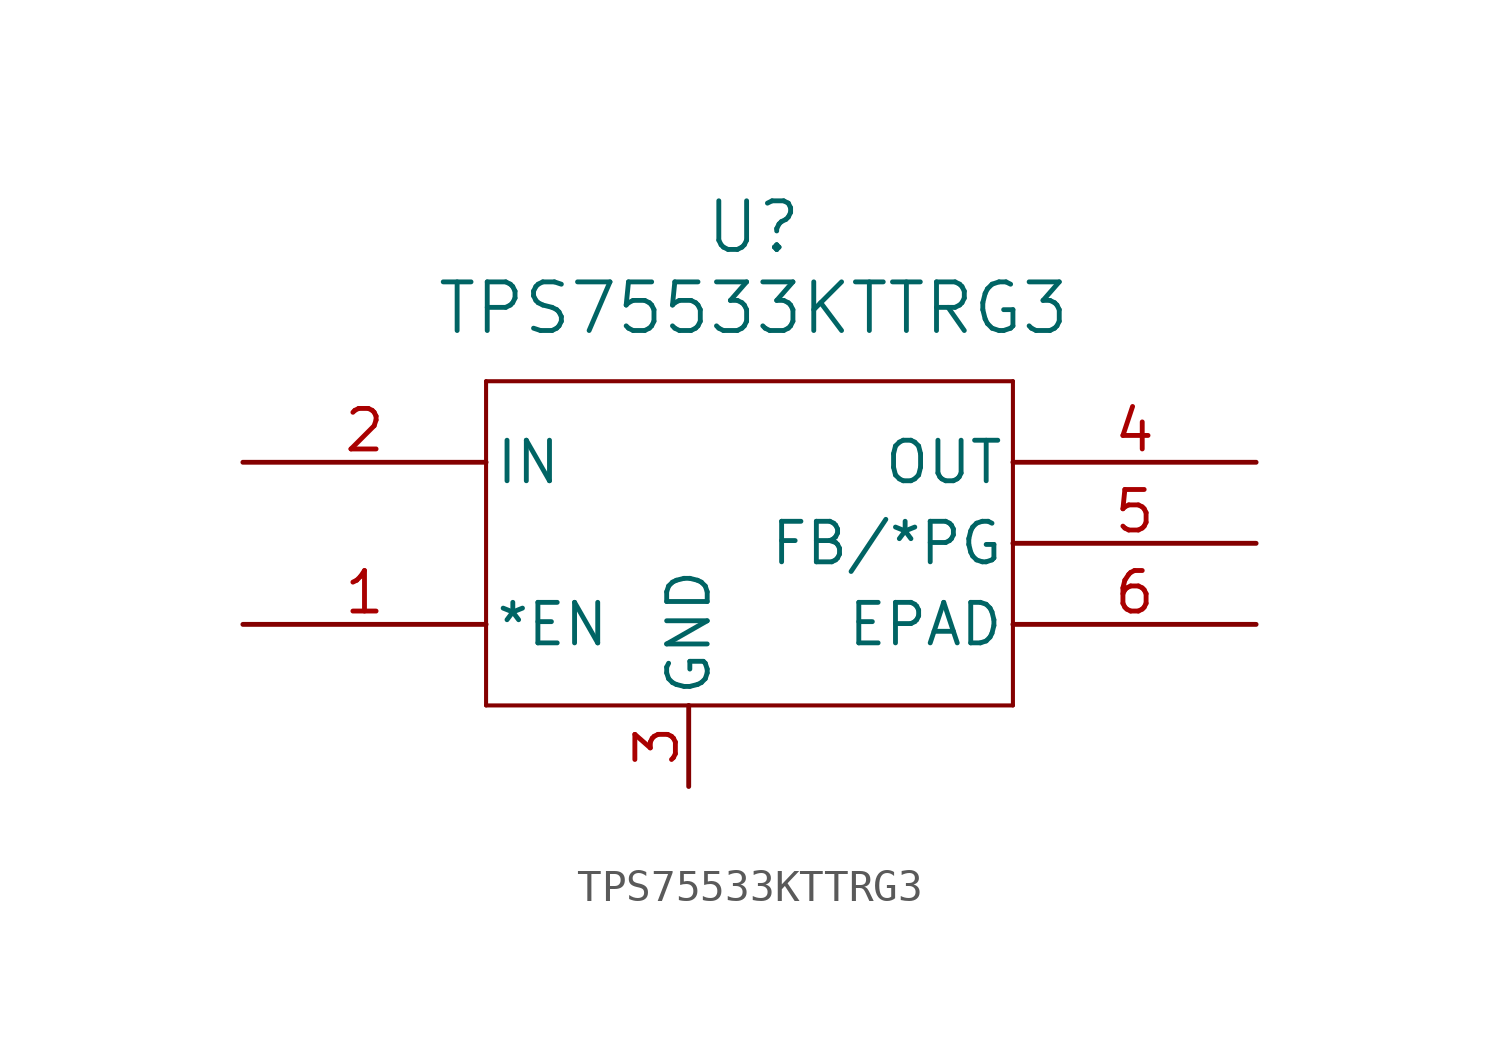
<source format=kicad_sym>
(kicad_symbol_lib
  (version 20241209)
  (generator "kicad_symbol_editor")
  (generator_version "9.0")
  (symbol "TPS75533KTTRG3"
    (pin_names
      (offset 0.254))
    (property "Reference" "U"
      (at 16.002 4.826 0)
      (effects (font (size 1.524 1.524))))
    (property "Value" "TPS75533KTTRG3"
      (at 16.002 2.286 0)
      (effects (font (size 1.524 1.524))))
    (property "ki_locked" ""
      (at 0 0 0)
      (effects (font (size 1.27 1.27))))
    (symbol "TPS75533KTTRG3_0_1"
      (polyline (pts (xy 7.62 0) (xy 7.62 -10.16)) (stroke (width 0.127) (type default)) (fill (type none)))
      (polyline (pts (xy 7.62 -10.16) (xy 24.13 -10.16)) (stroke (width 0.127) (type default)) (fill (type none)))
      (polyline (pts (xy 24.13 0) (xy 7.62 0)) (stroke (width 0.127) (type default)) (fill (type none)))
      (polyline (pts (xy 24.13 -10.16) (xy 24.13 0)) (stroke (width 0.127) (type default)) (fill (type none)))
      (pin input line (at 0 -2.54 0) (length 7.62) (name "IN" (effects (font (size 1.27 1.27)))) (number "2" (effects (font (size 1.27 1.27)))))
      (pin unspecified line (at 0 -7.62 0) (length 7.62) (name "*EN" (effects (font (size 1.27 1.27)))) (number "1" (effects (font (size 1.27 1.27)))))
      (pin power_in line (at 13.97 -12.7 90) (length 2.54) (name "GND" (effects (font (size 1.27 1.27)))) (number "3" (effects (font (size 1.27 1.27)))))
      (pin unspecified line (at 31.75 -5.08 180) (length 7.62) (name "FB/*PG" (effects (font (size 1.27 1.27)))) (number "5" (effects (font (size 1.27 1.27)))))
      (pin unspecified line (at 31.75 -7.62 180) (length 7.62) (name "EPAD" (effects (font (size 1.27 1.27)))) (number "6" (effects (font (size 1.27 1.27))))))
    (symbol "TPS75533KTTRG3_1_1"
      (pin output line (at 31.75 -2.54 180) (length 7.62) (name "OUT" (effects (font (size 1.27 1.27)))) (number "4" (effects (font (size 1.27 1.27))))))))
</source>
